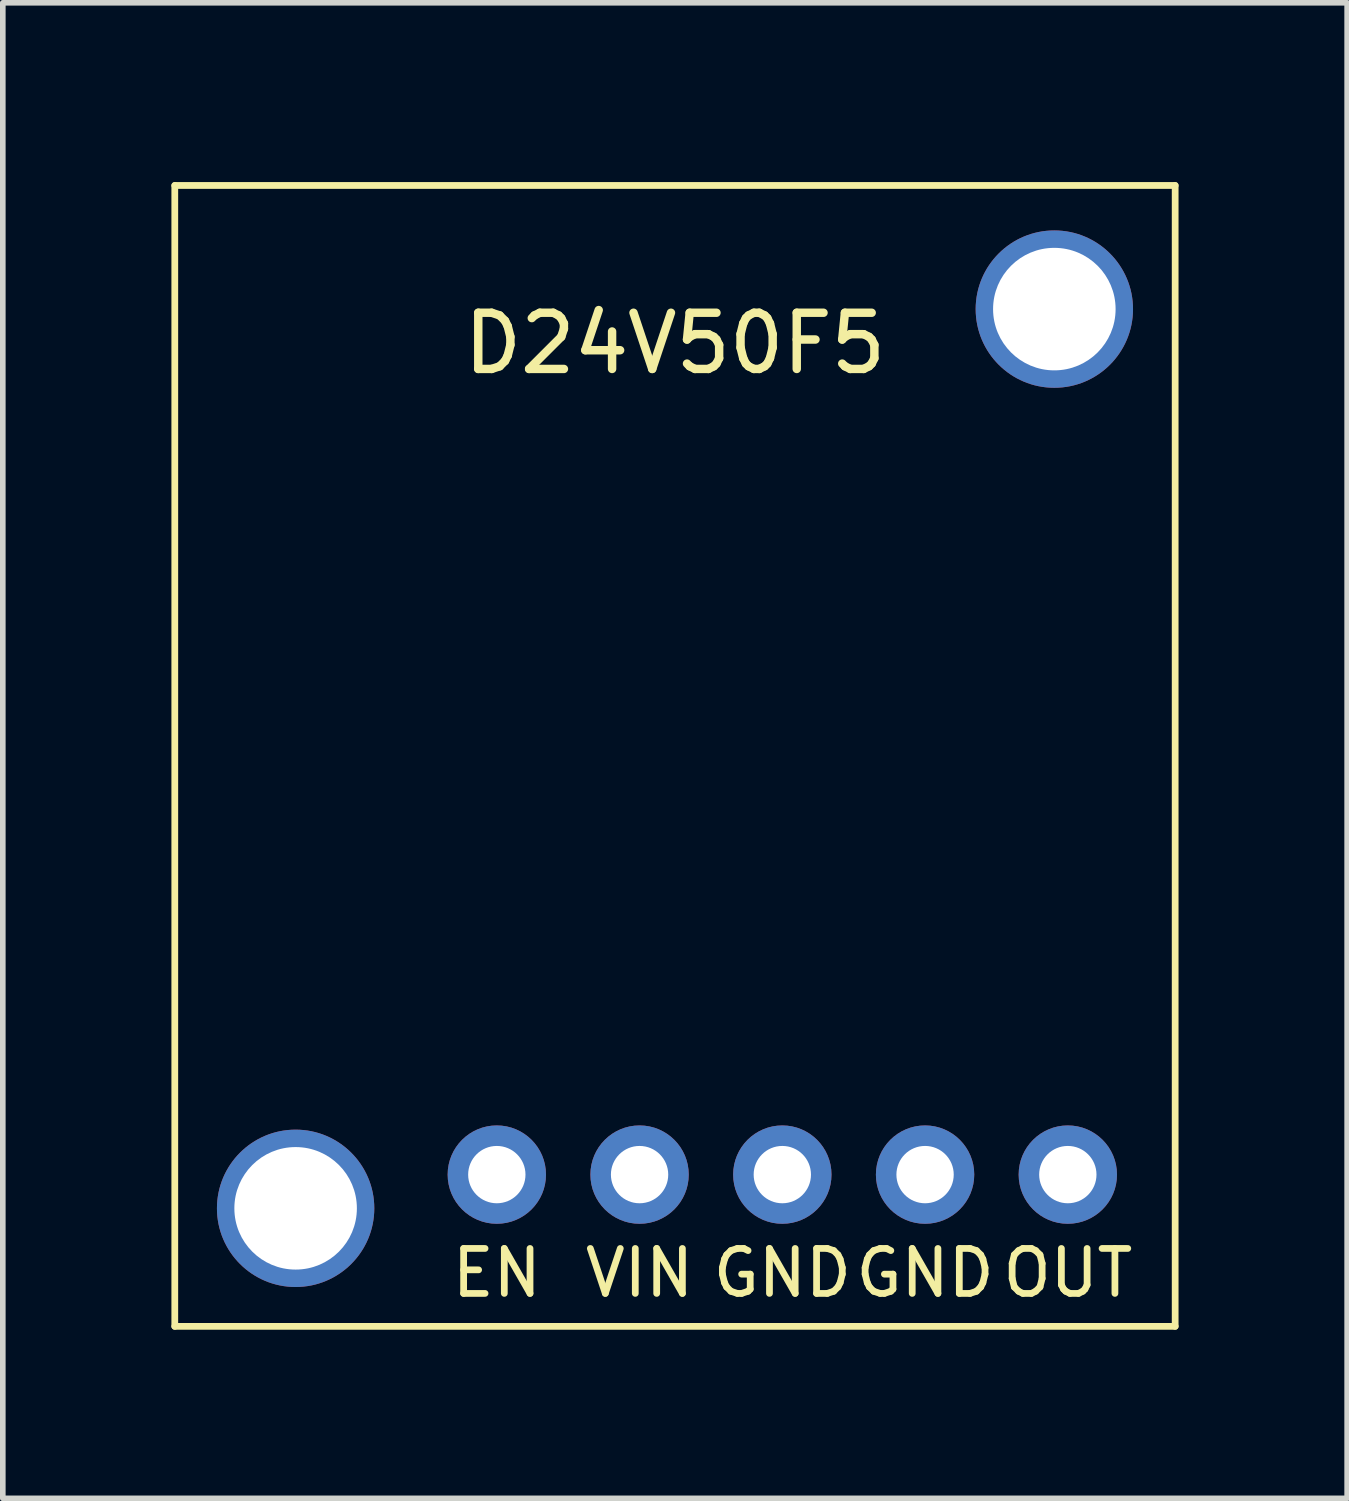
<source format=kicad_pcb>
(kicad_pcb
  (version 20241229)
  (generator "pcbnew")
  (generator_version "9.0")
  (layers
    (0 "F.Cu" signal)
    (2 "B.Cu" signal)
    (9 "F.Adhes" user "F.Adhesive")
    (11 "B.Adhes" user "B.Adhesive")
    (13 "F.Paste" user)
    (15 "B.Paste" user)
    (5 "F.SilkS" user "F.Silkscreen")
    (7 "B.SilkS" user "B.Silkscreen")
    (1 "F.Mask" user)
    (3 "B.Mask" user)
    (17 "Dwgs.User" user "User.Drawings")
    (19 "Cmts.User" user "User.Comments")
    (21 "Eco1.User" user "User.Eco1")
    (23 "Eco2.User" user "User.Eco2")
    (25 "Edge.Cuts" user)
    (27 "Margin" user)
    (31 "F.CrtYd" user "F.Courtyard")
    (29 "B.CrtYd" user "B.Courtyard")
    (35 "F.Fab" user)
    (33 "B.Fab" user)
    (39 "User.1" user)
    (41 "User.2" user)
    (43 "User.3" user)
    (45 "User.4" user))
  (footprint "D24V50F5"
    (layer "F.Cu")
    (at 8.96 0.25)
    (property "Reference" "D24V50F5" (at 0 2.81 0) (layer "F.SilkS") (effects (font (size 1 1) (thickness 0.15))))
    (attr through_hole)
    (fp_line (start -8.9 0) (end -8.9 20.3) (stroke (width 0.12) (type solid)) (layer "F.SilkS"))
    (fp_line (start -8.9 0) (end 8.9 0) (stroke (width 0.12) (type solid)) (layer "F.SilkS"))
    (fp_line (start -8.9 20.3) (end 8.9 20.3) (stroke (width 0.12) (type solid)) (layer "F.SilkS"))
    (fp_line (start 8.9 0) (end 8.9 20.3) (stroke (width 0.12) (type solid)) (layer "F.SilkS"))
    (fp_text user "EN" (at -3.17 19.35 0) (layer "F.SilkS") (effects (font (size 0.8 0.8) (thickness 0.12))))
    (fp_text user "OUT" (at 6.99 19.35 0) (layer "F.SilkS") (effects (font (size 0.8 0.8) (thickness 0.12))))
    (fp_text user "GND" (at 4.45 19.35 0) (layer "F.SilkS") (effects (font (size 0.8 0.8) (thickness 0.12))))
    (fp_text user "VIN" (at -0.63 19.35 0) (layer "F.SilkS") (effects (font (size 0.8 0.8) (thickness 0.12))))
    (fp_text user "GND" (at 1.91 19.35 0) (layer "F.SilkS") (effects (font (size 0.8 0.8) (thickness 0.12))))
    (pad "" np_thru_hole circle (at -6.75 18.2) (size 2.8 2.8) (drill 2.18) (layers "*.Cu" "*.Mask"))
    (pad "" np_thru_hole circle (at 6.75 2.2) (size 2.8 2.8) (drill 2.18) (layers "*.Cu" "*.Mask"))
    (pad "1" thru_hole circle (at -3.17 17.6) (size 1.75 1.75) (drill 1.02) (layers "*.Cu" "*.Mask"))
    (pad "2" thru_hole circle (at -0.63 17.6) (size 1.75 1.75) (drill 1.02) (layers "*.Cu" "*.Mask"))
    (pad "3" thru_hole circle (at 1.91 17.6) (size 1.75 1.75) (drill 1.02) (layers "*.Cu" "*.Mask"))
    (pad "4" thru_hole circle (at 4.45 17.6) (size 1.75 1.75) (drill 1.02) (layers "*.Cu" "*.Mask"))
    (pad "5" thru_hole circle (at 6.99 17.6) (size 1.75 1.75) (drill 1.02) (layers "*.Cu" "*.Mask")))
  (gr_rect
    (start -3 -3)
    (end 20.92 23.61)
    (stroke (width 0.1) (type default))
    (fill no)
    (layer "Edge.Cuts")))
</source>
